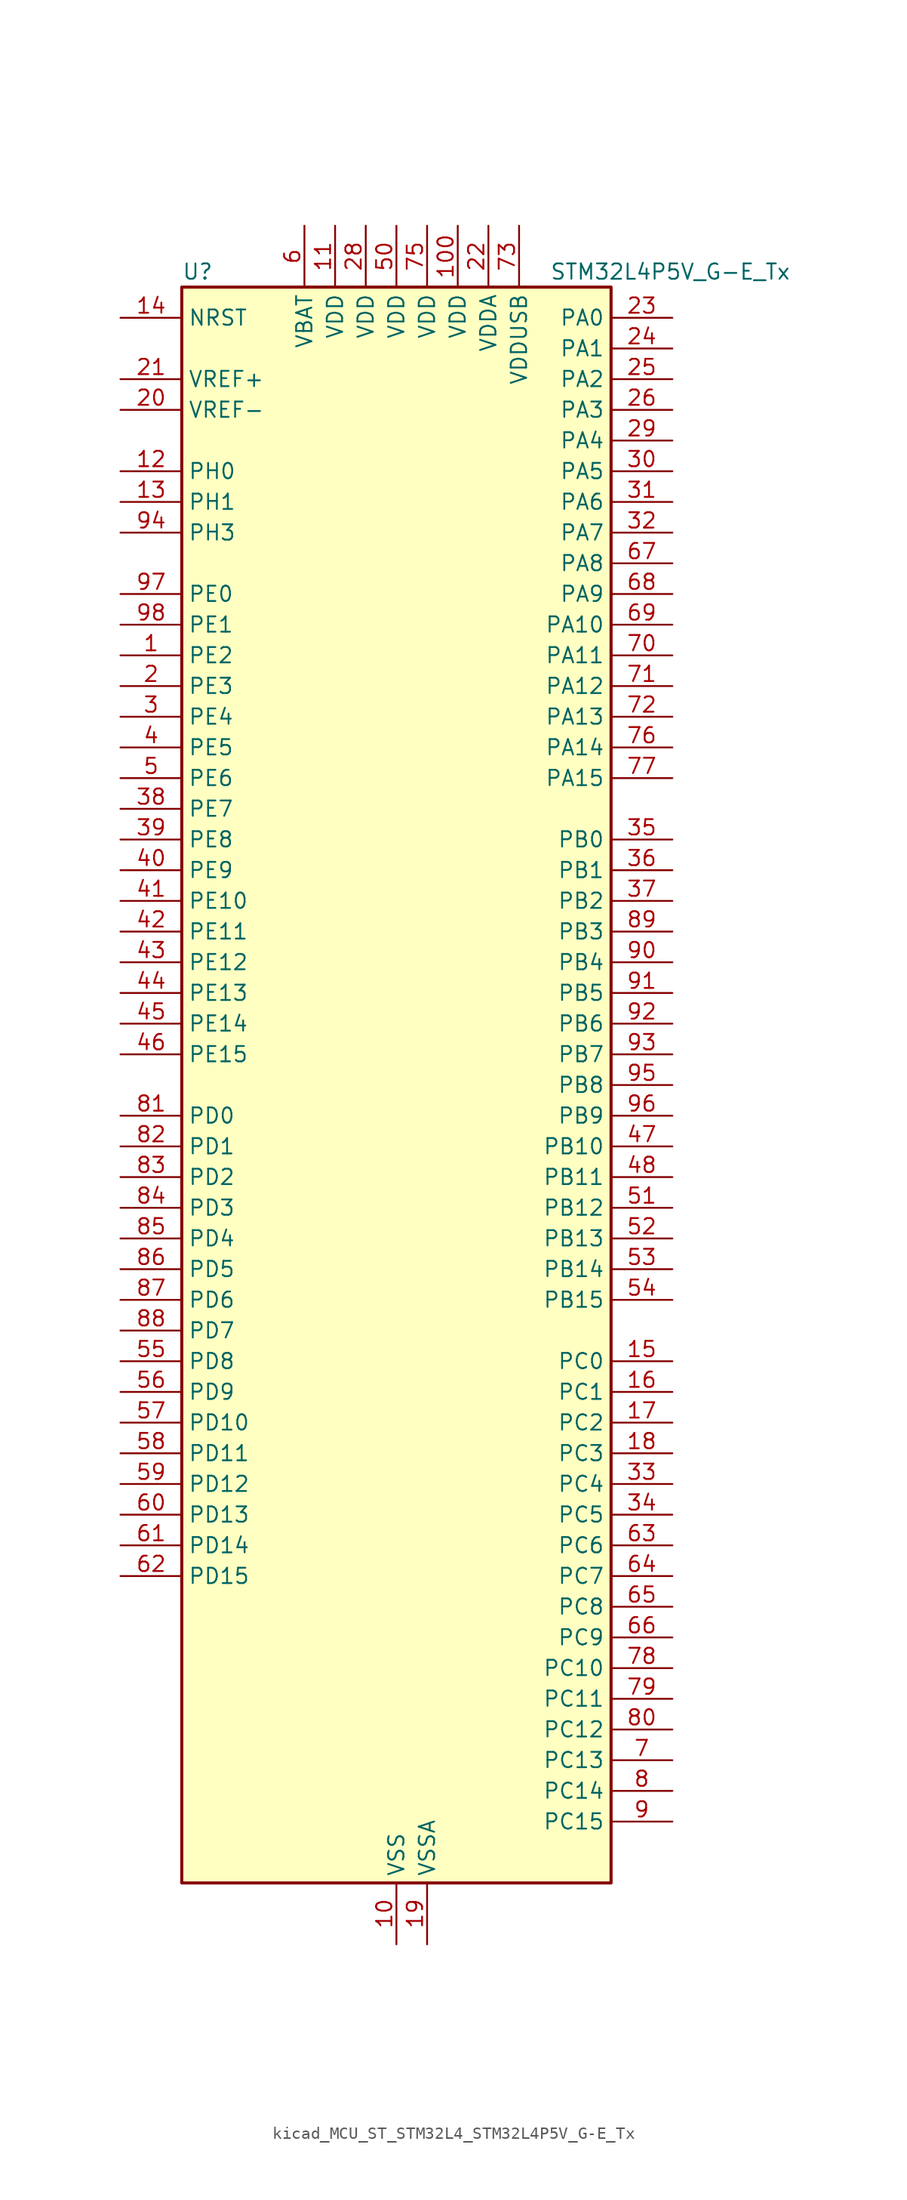
<source format=kicad_sym>
(kicad_symbol_lib
  (version 20220914)
  (generator kicad_symbol_editor)
  (symbol "kicad_MCU_ST_STM32L4_STM32L4P5V_G-E_Tx"
    (property "Reference" "U"
      (at -17.78 67.31 0)
      (effects (font (size 1.27 1.27)) (justify left)))
    (property "Value" "STM32L4P5V_G-E_Tx"
      (at 12.7 67.31 0)
      (effects (font (size 1.27 1.27)) (justify left)))
    (property "ki_locked" ""
      (at 0 0 0)
      (effects (font (size 1.27 1.27))))
    (symbol "kicad_MCU_ST_STM32L4_STM32L4P5V_G-E_Tx_0_1"
      (rectangle (start -17.78 -66.04) (end 17.78 66.04) (stroke (width 0.254) (type default)) (fill (type background))))
    (symbol "kicad_MCU_ST_STM32L4_STM32L4P5V_G-E_Tx_1_1"
      (pin bidirectional line (at -22.86 35.56 0) (length 5.08) (name "PE2" (effects (font (size 1.27 1.27)))) (number "1" (effects (font (size 1.27 1.27)))) (alternate "FMC_A23" bidirectional line) (alternate "LTDC_R7" bidirectional line) (alternate "SAI1_CK1" bidirectional line) (alternate "SAI1_MCLK_A" bidirectional line) (alternate "SYS_TRACECLK" bidirectional line) (alternate "TIM3_ETR" bidirectional line) (alternate "TSC_G7_IO1" bidirectional line))
      (pin power_in line (at 0 -71.12 90) (length 5.08) (name "VSS" (effects (font (size 1.27 1.27)))) (number "10" (effects (font (size 1.27 1.27)))))
      (pin power_in line (at 5.08 71.12 270) (length 5.08) (name "VDD" (effects (font (size 1.27 1.27)))) (number "100" (effects (font (size 1.27 1.27)))))
      (pin power_in line (at -5.08 71.12 270) (length 5.08) (name "VDD" (effects (font (size 1.27 1.27)))) (number "11" (effects (font (size 1.27 1.27)))))
      (pin bidirectional line (at -22.86 50.8 0) (length 5.08) (name "PH0" (effects (font (size 1.27 1.27)))) (number "12" (effects (font (size 1.27 1.27)))) (alternate "RCC_OSC_IN" bidirectional line))
      (pin bidirectional line (at -22.86 48.26 0) (length 5.08) (name "PH1" (effects (font (size 1.27 1.27)))) (number "13" (effects (font (size 1.27 1.27)))) (alternate "RCC_OSC_OUT" bidirectional line))
      (pin input line (at -22.86 63.5 0) (length 5.08) (name "NRST" (effects (font (size 1.27 1.27)))) (number "14" (effects (font (size 1.27 1.27)))))
      (pin bidirectional line (at 22.86 -22.86 180) (length 5.08) (name "PC0" (effects (font (size 1.27 1.27)))) (number "15" (effects (font (size 1.27 1.27)))) (alternate "ADC1_IN1" bidirectional line) (alternate "ADC2_IN1" bidirectional line) (alternate "I2C3_SCL" bidirectional line) (alternate "LPTIM1_IN1" bidirectional line) (alternate "LPTIM2_IN1" bidirectional line) (alternate "LPUART1_RX" bidirectional line) (alternate "LTDC_DE" bidirectional line) (alternate "SAI2_FS_A" bidirectional line) (alternate "SDMMC1_CMD" bidirectional line) (alternate "SDMMC2_CKIN" bidirectional line))
      (pin bidirectional line (at 22.86 -25.4 180) (length 5.08) (name "PC1" (effects (font (size 1.27 1.27)))) (number "16" (effects (font (size 1.27 1.27)))) (alternate "ADC1_IN2" bidirectional line) (alternate "ADC2_IN2" bidirectional line) (alternate "I2C3_SDA" bidirectional line) (alternate "LPTIM1_OUT" bidirectional line) (alternate "LPUART1_TX" bidirectional line) (alternate "OCTOSPIM_P1_IO4" bidirectional line) (alternate "SAI1_SD_A" bidirectional line) (alternate "SPI2_MOSI" bidirectional line) (alternate "SYS_TRACED0" bidirectional line))
      (pin bidirectional line (at 22.86 -27.94 180) (length 5.08) (name "PC2" (effects (font (size 1.27 1.27)))) (number "17" (effects (font (size 1.27 1.27)))) (alternate "ADC1_IN3" bidirectional line) (alternate "ADC2_IN3" bidirectional line) (alternate "DFSDM1_CKOUT" bidirectional line) (alternate "LPTIM1_IN2" bidirectional line) (alternate "LTDC_HSYNC" bidirectional line) (alternate "OCTOSPIM_P1_IO5" bidirectional line) (alternate "SPI2_MISO" bidirectional line))
      (pin bidirectional line (at 22.86 -30.48 180) (length 5.08) (name "PC3" (effects (font (size 1.27 1.27)))) (number "18" (effects (font (size 1.27 1.27)))) (alternate "ADC1_IN4" bidirectional line) (alternate "ADC2_IN4" bidirectional line) (alternate "LPTIM1_ETR" bidirectional line) (alternate "LPTIM2_ETR" bidirectional line) (alternate "OCTOSPIM_P1_IO6" bidirectional line) (alternate "SAI1_D1" bidirectional line) (alternate "SAI1_SD_A" bidirectional line) (alternate "SPI2_MOSI" bidirectional line))
      (pin power_in line (at 2.54 -71.12 90) (length 5.08) (name "VSSA" (effects (font (size 1.27 1.27)))) (number "19" (effects (font (size 1.27 1.27)))))
      (pin bidirectional line (at -22.86 33.02 0) (length 5.08) (name "PE3" (effects (font (size 1.27 1.27)))) (number "2" (effects (font (size 1.27 1.27)))) (alternate "FMC_A19" bidirectional line) (alternate "LTDC_R6" bidirectional line) (alternate "OCTOSPIM_P1_DQS" bidirectional line) (alternate "SAI1_SD_B" bidirectional line) (alternate "SYS_TRACED0" bidirectional line) (alternate "TIM3_CH1" bidirectional line) (alternate "TSC_G7_IO2" bidirectional line))
      (pin input line (at -22.86 55.88 0) (length 5.08) (name "VREF-" (effects (font (size 1.27 1.27)))) (number "20" (effects (font (size 1.27 1.27)))))
      (pin input line (at -22.86 58.42 0) (length 5.08) (name "VREF+" (effects (font (size 1.27 1.27)))) (number "21" (effects (font (size 1.27 1.27)))) (alternate "VREFBUF_OUT" bidirectional line))
      (pin power_in line (at 7.62 71.12 270) (length 5.08) (name "VDDA" (effects (font (size 1.27 1.27)))) (number "22" (effects (font (size 1.27 1.27)))))
      (pin bidirectional line (at 22.86 63.5 180) (length 5.08) (name "PA0" (effects (font (size 1.27 1.27)))) (number "23" (effects (font (size 1.27 1.27)))) (alternate "ADC1_IN5" bidirectional line) (alternate "ADC2_IN5" bidirectional line) (alternate "OPAMP1_VINP" bidirectional line) (alternate "RTC_TAMP2" bidirectional line) (alternate "SAI1_EXTCLK" bidirectional line) (alternate "SYS_WKUP1" bidirectional line) (alternate "TIM2_CH1" bidirectional line) (alternate "TIM2_ETR" bidirectional line) (alternate "TIM5_CH1" bidirectional line) (alternate "TIM8_ETR" bidirectional line) (alternate "UART4_TX" bidirectional line) (alternate "USART2_CTS" bidirectional line) (alternate "USART2_NSS" bidirectional line))
      (pin bidirectional line (at 22.86 60.96 180) (length 5.08) (name "PA1" (effects (font (size 1.27 1.27)))) (number "24" (effects (font (size 1.27 1.27)))) (alternate "ADC1_IN6" bidirectional line) (alternate "ADC2_IN6" bidirectional line) (alternate "I2C1_SMBA" bidirectional line) (alternate "OCTOSPIM_P1_DQS" bidirectional line) (alternate "OPAMP1_VINM" bidirectional line) (alternate "SDMMC2_CMD" bidirectional line) (alternate "SPI1_SCK" bidirectional line) (alternate "TIM15_CH1N" bidirectional line) (alternate "TIM2_CH2" bidirectional line) (alternate "TIM5_CH2" bidirectional line) (alternate "UART4_RX" bidirectional line) (alternate "USART2_DE" bidirectional line) (alternate "USART2_RTS" bidirectional line))
      (pin bidirectional line (at 22.86 58.42 180) (length 5.08) (name "PA2" (effects (font (size 1.27 1.27)))) (number "25" (effects (font (size 1.27 1.27)))) (alternate "ADC1_IN7" bidirectional line) (alternate "ADC2_IN7" bidirectional line) (alternate "LPUART1_TX" bidirectional line) (alternate "OCTOSPIM_P1_NCS" bidirectional line) (alternate "RCC_LSCO" bidirectional line) (alternate "SAI2_EXTCLK" bidirectional line) (alternate "SYS_WKUP4" bidirectional line) (alternate "TIM15_CH1" bidirectional line) (alternate "TIM2_CH3" bidirectional line) (alternate "TIM5_CH3" bidirectional line) (alternate "USART2_TX" bidirectional line))
      (pin bidirectional line (at 22.86 55.88 180) (length 5.08) (name "PA3" (effects (font (size 1.27 1.27)))) (number "26" (effects (font (size 1.27 1.27)))) (alternate "ADC1_IN8" bidirectional line) (alternate "ADC2_IN8" bidirectional line) (alternate "LPUART1_RX" bidirectional line) (alternate "OCTOSPIM_P1_CLK" bidirectional line) (alternate "OPAMP1_VOUT" bidirectional line) (alternate "SAI1_CK1" bidirectional line) (alternate "SAI1_MCLK_A" bidirectional line) (alternate "TIM15_CH2" bidirectional line) (alternate "TIM2_CH4" bidirectional line) (alternate "TIM5_CH4" bidirectional line) (alternate "USART2_RX" bidirectional line))
      (pin passive line (at 0 -71.12 90) (length 5.08) hide (name "VSS" (effects (font (size 1.27 1.27)))) (number "27" (effects (font (size 1.27 1.27)))))
      (pin power_in line (at -2.54 71.12 270) (length 5.08) (name "VDD" (effects (font (size 1.27 1.27)))) (number "28" (effects (font (size 1.27 1.27)))))
      (pin bidirectional line (at 22.86 53.34 180) (length 5.08) (name "PA4" (effects (font (size 1.27 1.27)))) (number "29" (effects (font (size 1.27 1.27)))) (alternate "ADC1_IN9" bidirectional line) (alternate "ADC2_IN9" bidirectional line) (alternate "DAC1_OUT1" bidirectional line) (alternate "DCMI_HSYNC" bidirectional line) (alternate "LPTIM2_OUT" bidirectional line) (alternate "LTDC_CLK" bidirectional line) (alternate "OCTOSPIM_P1_NCS" bidirectional line) (alternate "PSSI_DE" bidirectional line) (alternate "SAI1_FS_B" bidirectional line) (alternate "SPI1_NSS" bidirectional line) (alternate "SPI3_NSS" bidirectional line) (alternate "USART2_CK" bidirectional line))
      (pin bidirectional line (at -22.86 30.48 0) (length 5.08) (name "PE4" (effects (font (size 1.27 1.27)))) (number "3" (effects (font (size 1.27 1.27)))) (alternate "DCMI_D4" bidirectional line) (alternate "DFSDM1_DATIN3" bidirectional line) (alternate "FMC_A20" bidirectional line) (alternate "LTDC_B7" bidirectional line) (alternate "PSSI_D4" bidirectional line) (alternate "SAI1_D2" bidirectional line) (alternate "SAI1_FS_A" bidirectional line) (alternate "SYS_TRACED1" bidirectional line) (alternate "TIM3_CH2" bidirectional line) (alternate "TSC_G7_IO3" bidirectional line))
      (pin bidirectional line (at 22.86 50.8 180) (length 5.08) (name "PA5" (effects (font (size 1.27 1.27)))) (number "30" (effects (font (size 1.27 1.27)))) (alternate "ADC1_IN10" bidirectional line) (alternate "ADC2_IN10" bidirectional line) (alternate "DAC1_OUT2" bidirectional line) (alternate "LPTIM2_ETR" bidirectional line) (alternate "LTDC_R7" bidirectional line) (alternate "PSSI_D14" bidirectional line) (alternate "SPI1_SCK" bidirectional line) (alternate "TIM2_CH1" bidirectional line) (alternate "TIM2_ETR" bidirectional line) (alternate "TIM8_CH1N" bidirectional line))
      (pin bidirectional line (at 22.86 48.26 180) (length 5.08) (name "PA6" (effects (font (size 1.27 1.27)))) (number "31" (effects (font (size 1.27 1.27)))) (alternate "ADC1_IN11" bidirectional line) (alternate "ADC2_IN11" bidirectional line) (alternate "DCMI_PIXCLK" bidirectional line) (alternate "LPUART1_CTS" bidirectional line) (alternate "OCTOSPIM_P1_IO3" bidirectional line) (alternate "OPAMP2_VINP" bidirectional line) (alternate "PSSI_PDCK" bidirectional line) (alternate "SPI1_MISO" bidirectional line) (alternate "TIM16_CH1" bidirectional line) (alternate "TIM1_BKIN" bidirectional line) (alternate "TIM3_CH1" bidirectional line) (alternate "TIM8_BKIN" bidirectional line) (alternate "USART3_CTS" bidirectional line) (alternate "USART3_NSS" bidirectional line))
      (pin bidirectional line (at 22.86 45.72 180) (length 5.08) (name "PA7" (effects (font (size 1.27 1.27)))) (number "32" (effects (font (size 1.27 1.27)))) (alternate "ADC1_IN12" bidirectional line) (alternate "ADC2_IN12" bidirectional line) (alternate "I2C3_SCL" bidirectional line) (alternate "OCTOSPIM_P1_IO2" bidirectional line) (alternate "OPAMP2_VINM" bidirectional line) (alternate "SPI1_MOSI" bidirectional line) (alternate "TIM17_CH1" bidirectional line) (alternate "TIM1_CH1N" bidirectional line) (alternate "TIM3_CH2" bidirectional line) (alternate "TIM8_CH1N" bidirectional line))
      (pin bidirectional line (at 22.86 -33.02 180) (length 5.08) (name "PC4" (effects (font (size 1.27 1.27)))) (number "33" (effects (font (size 1.27 1.27)))) (alternate "ADC1_IN13" bidirectional line) (alternate "ADC2_IN13" bidirectional line) (alternate "COMP1_INM" bidirectional line) (alternate "OCTOSPIM_P1_IO7" bidirectional line) (alternate "OCTOSPIM_P2_NCS" bidirectional line) (alternate "USART3_TX" bidirectional line))
      (pin bidirectional line (at 22.86 -35.56 180) (length 5.08) (name "PC5" (effects (font (size 1.27 1.27)))) (number "34" (effects (font (size 1.27 1.27)))) (alternate "ADC1_IN14" bidirectional line) (alternate "ADC2_IN14" bidirectional line) (alternate "COMP1_INP" bidirectional line) (alternate "LTDC_CLK" bidirectional line) (alternate "PSSI_D15" bidirectional line) (alternate "SAI1_D3" bidirectional line) (alternate "SYS_WKUP5" bidirectional line) (alternate "USART3_RX" bidirectional line))
      (pin bidirectional line (at 22.86 20.32 180) (length 5.08) (name "PB0" (effects (font (size 1.27 1.27)))) (number "35" (effects (font (size 1.27 1.27)))) (alternate "ADC1_IN15" bidirectional line) (alternate "ADC2_IN15" bidirectional line) (alternate "COMP1_OUT" bidirectional line) (alternate "LTDC_B6" bidirectional line) (alternate "OCTOSPIM_P1_IO1" bidirectional line) (alternate "OPAMP2_VOUT" bidirectional line) (alternate "SAI1_EXTCLK" bidirectional line) (alternate "SPI1_NSS" bidirectional line) (alternate "TIM1_CH2N" bidirectional line) (alternate "TIM3_CH3" bidirectional line) (alternate "TIM8_CH2N" bidirectional line) (alternate "USART3_CK" bidirectional line))
      (pin bidirectional line (at 22.86 17.78 180) (length 5.08) (name "PB1" (effects (font (size 1.27 1.27)))) (number "36" (effects (font (size 1.27 1.27)))) (alternate "ADC1_IN16" bidirectional line) (alternate "ADC2_IN16" bidirectional line) (alternate "COMP1_INM" bidirectional line) (alternate "DFSDM1_DATIN0" bidirectional line) (alternate "LPTIM2_IN1" bidirectional line) (alternate "LPUART1_DE" bidirectional line) (alternate "LPUART1_RTS" bidirectional line) (alternate "LTDC_G6" bidirectional line) (alternate "OCTOSPIM_P1_IO0" bidirectional line) (alternate "TIM1_CH3N" bidirectional line) (alternate "TIM3_CH4" bidirectional line) (alternate "TIM8_CH3N" bidirectional line) (alternate "USART3_DE" bidirectional line) (alternate "USART3_RTS" bidirectional line))
      (pin bidirectional line (at 22.86 15.24 180) (length 5.08) (name "PB2" (effects (font (size 1.27 1.27)))) (number "37" (effects (font (size 1.27 1.27)))) (alternate "COMP1_INP" bidirectional line) (alternate "DFSDM1_CKIN0" bidirectional line) (alternate "I2C3_SMBA" bidirectional line) (alternate "LPTIM1_OUT" bidirectional line) (alternate "OCTOSPIM_P1_DQS" bidirectional line) (alternate "RTC_OUT2" bidirectional line))
      (pin bidirectional line (at -22.86 22.86 0) (length 5.08) (name "PE7" (effects (font (size 1.27 1.27)))) (number "38" (effects (font (size 1.27 1.27)))) (alternate "DFSDM1_DATIN2" bidirectional line) (alternate "FMC_D4" bidirectional line) (alternate "FMC_DA4" bidirectional line) (alternate "LTDC_B6" bidirectional line) (alternate "SAI1_SD_B" bidirectional line) (alternate "TIM1_ETR" bidirectional line))
      (pin bidirectional line (at -22.86 20.32 0) (length 5.08) (name "PE8" (effects (font (size 1.27 1.27)))) (number "39" (effects (font (size 1.27 1.27)))) (alternate "DFSDM1_CKIN2" bidirectional line) (alternate "FMC_D5" bidirectional line) (alternate "FMC_DA5" bidirectional line) (alternate "LTDC_B7" bidirectional line) (alternate "SAI1_SCK_B" bidirectional line) (alternate "TIM1_CH1N" bidirectional line))
      (pin bidirectional line (at -22.86 27.94 0) (length 5.08) (name "PE5" (effects (font (size 1.27 1.27)))) (number "4" (effects (font (size 1.27 1.27)))) (alternate "DCMI_D6" bidirectional line) (alternate "DFSDM1_CKIN3" bidirectional line) (alternate "FMC_A21" bidirectional line) (alternate "LTDC_G7" bidirectional line) (alternate "PSSI_D6" bidirectional line) (alternate "SAI1_CK2" bidirectional line) (alternate "SAI1_SCK_A" bidirectional line) (alternate "SYS_TRACED2" bidirectional line) (alternate "TIM3_CH3" bidirectional line) (alternate "TSC_G7_IO4" bidirectional line))
      (pin bidirectional line (at -22.86 17.78 0) (length 5.08) (name "PE9" (effects (font (size 1.27 1.27)))) (number "40" (effects (font (size 1.27 1.27)))) (alternate "DAC1_EXTI9" bidirectional line) (alternate "DFSDM1_CKOUT" bidirectional line) (alternate "FMC_D6" bidirectional line) (alternate "FMC_DA6" bidirectional line) (alternate "LTDC_G2" bidirectional line) (alternate "OCTOSPIM_P1_NCLK" bidirectional line) (alternate "SAI1_FS_B" bidirectional line) (alternate "TIM1_CH1" bidirectional line))
      (pin bidirectional line (at -22.86 15.24 0) (length 5.08) (name "PE10" (effects (font (size 1.27 1.27)))) (number "41" (effects (font (size 1.27 1.27)))) (alternate "FMC_D7" bidirectional line) (alternate "FMC_DA7" bidirectional line) (alternate "LTDC_G3" bidirectional line) (alternate "OCTOSPIM_P1_CLK" bidirectional line) (alternate "SAI1_MCLK_B" bidirectional line) (alternate "TIM1_CH2N" bidirectional line) (alternate "TSC_G5_IO1" bidirectional line))
      (pin bidirectional line (at -22.86 12.7 0) (length 5.08) (name "PE11" (effects (font (size 1.27 1.27)))) (number "42" (effects (font (size 1.27 1.27)))) (alternate "ADC1_EXTI11" bidirectional line) (alternate "ADC2_EXTI11" bidirectional line) (alternate "FMC_D8" bidirectional line) (alternate "FMC_DA8" bidirectional line) (alternate "LTDC_G4" bidirectional line) (alternate "OCTOSPIM_P1_NCS" bidirectional line) (alternate "TIM1_CH2" bidirectional line) (alternate "TSC_G5_IO2" bidirectional line))
      (pin bidirectional line (at -22.86 10.16 0) (length 5.08) (name "PE12" (effects (font (size 1.27 1.27)))) (number "43" (effects (font (size 1.27 1.27)))) (alternate "FMC_D9" bidirectional line) (alternate "FMC_DA9" bidirectional line) (alternate "LTDC_G5" bidirectional line) (alternate "OCTOSPIM_P1_IO0" bidirectional line) (alternate "SPI1_NSS" bidirectional line) (alternate "TIM1_CH3N" bidirectional line) (alternate "TSC_G5_IO3" bidirectional line))
      (pin bidirectional line (at -22.86 7.62 0) (length 5.08) (name "PE13" (effects (font (size 1.27 1.27)))) (number "44" (effects (font (size 1.27 1.27)))) (alternate "FMC_D10" bidirectional line) (alternate "FMC_DA10" bidirectional line) (alternate "LTDC_G6" bidirectional line) (alternate "OCTOSPIM_P1_IO1" bidirectional line) (alternate "SPI1_SCK" bidirectional line) (alternate "TIM1_CH3" bidirectional line) (alternate "TSC_G5_IO4" bidirectional line))
      (pin bidirectional line (at -22.86 5.08 0) (length 5.08) (name "PE14" (effects (font (size 1.27 1.27)))) (number "45" (effects (font (size 1.27 1.27)))) (alternate "FMC_D11" bidirectional line) (alternate "FMC_DA11" bidirectional line) (alternate "LTDC_G7" bidirectional line) (alternate "OCTOSPIM_P1_IO2" bidirectional line) (alternate "SPI1_MISO" bidirectional line) (alternate "TIM1_BKIN2" bidirectional line) (alternate "TIM1_CH4" bidirectional line))
      (pin bidirectional line (at -22.86 2.54 0) (length 5.08) (name "PE15" (effects (font (size 1.27 1.27)))) (number "46" (effects (font (size 1.27 1.27)))) (alternate "ADC1_EXTI15" bidirectional line) (alternate "ADC2_EXTI15" bidirectional line) (alternate "FMC_D12" bidirectional line) (alternate "FMC_DA12" bidirectional line) (alternate "LTDC_R2" bidirectional line) (alternate "OCTOSPIM_P1_IO3" bidirectional line) (alternate "SPI1_MOSI" bidirectional line) (alternate "TIM1_BKIN" bidirectional line))
      (pin bidirectional line (at 22.86 -5.08 180) (length 5.08) (name "PB10" (effects (font (size 1.27 1.27)))) (number "47" (effects (font (size 1.27 1.27)))) (alternate "COMP1_OUT" bidirectional line) (alternate "I2C2_SCL" bidirectional line) (alternate "I2C4_SCL" bidirectional line) (alternate "LPUART1_RX" bidirectional line) (alternate "OCTOSPIM_P1_CLK" bidirectional line) (alternate "OCTOSPIM_P1_IO3" bidirectional line) (alternate "SAI1_SCK_A" bidirectional line) (alternate "SPI2_SCK" bidirectional line) (alternate "TIM2_CH3" bidirectional line) (alternate "TSC_SYNC" bidirectional line) (alternate "USART3_TX" bidirectional line))
      (pin bidirectional line (at 22.86 -7.62 180) (length 5.08) (name "PB11" (effects (font (size 1.27 1.27)))) (number "48" (effects (font (size 1.27 1.27)))) (alternate "ADC1_EXTI11" bidirectional line) (alternate "ADC2_EXTI11" bidirectional line) (alternate "COMP2_OUT" bidirectional line) (alternate "I2C2_SDA" bidirectional line) (alternate "I2C4_SDA" bidirectional line) (alternate "LPUART1_TX" bidirectional line) (alternate "LTDC_VSYNC" bidirectional line) (alternate "OCTOSPIM_P1_NCS" bidirectional line) (alternate "TIM2_CH4" bidirectional line) (alternate "USART3_RX" bidirectional line))
      (pin passive line (at 0 -71.12 90) (length 5.08) hide (name "VSS" (effects (font (size 1.27 1.27)))) (number "49" (effects (font (size 1.27 1.27)))))
      (pin bidirectional line (at -22.86 25.4 0) (length 5.08) (name "PE6" (effects (font (size 1.27 1.27)))) (number "5" (effects (font (size 1.27 1.27)))) (alternate "DCMI_D7" bidirectional line) (alternate "FMC_A22" bidirectional line) (alternate "LTDC_G6" bidirectional line) (alternate "PSSI_D7" bidirectional line) (alternate "RTC_TAMP3" bidirectional line) (alternate "SAI1_D1" bidirectional line) (alternate "SAI1_SD_A" bidirectional line) (alternate "SYS_TRACED3" bidirectional line) (alternate "SYS_WKUP3" bidirectional line) (alternate "TIM3_CH4" bidirectional line))
      (pin power_in line (at 0 71.12 270) (length 5.08) (name "VDD" (effects (font (size 1.27 1.27)))) (number "50" (effects (font (size 1.27 1.27)))))
      (pin bidirectional line (at 22.86 -10.16 180) (length 5.08) (name "PB12" (effects (font (size 1.27 1.27)))) (number "51" (effects (font (size 1.27 1.27)))) (alternate "DFSDM1_DATIN1" bidirectional line) (alternate "I2C2_SMBA" bidirectional line) (alternate "LPUART1_DE" bidirectional line) (alternate "LPUART1_RTS" bidirectional line) (alternate "OCTOSPIM_P1_NCLK" bidirectional line) (alternate "SAI2_FS_A" bidirectional line) (alternate "SDMMC2_CK" bidirectional line) (alternate "SPI2_NSS" bidirectional line) (alternate "TIM15_BKIN" bidirectional line) (alternate "TIM1_BKIN" bidirectional line) (alternate "TSC_G1_IO1" bidirectional line) (alternate "USART3_CK" bidirectional line))
      (pin bidirectional line (at 22.86 -12.7 180) (length 5.08) (name "PB13" (effects (font (size 1.27 1.27)))) (number "52" (effects (font (size 1.27 1.27)))) (alternate "DFSDM1_CKIN1" bidirectional line) (alternate "I2C2_SCL" bidirectional line) (alternate "LPUART1_CTS" bidirectional line) (alternate "OCTOSPIM_P1_IO1" bidirectional line) (alternate "SAI2_SCK_A" bidirectional line) (alternate "SPI2_SCK" bidirectional line) (alternate "TIM15_CH1N" bidirectional line) (alternate "TIM1_CH1N" bidirectional line) (alternate "TSC_G1_IO2" bidirectional line) (alternate "USART3_CTS" bidirectional line) (alternate "USART3_NSS" bidirectional line))
      (pin bidirectional line (at 22.86 -15.24 180) (length 5.08) (name "PB14" (effects (font (size 1.27 1.27)))) (number "53" (effects (font (size 1.27 1.27)))) (alternate "DFSDM1_DATIN2" bidirectional line) (alternate "I2C2_SDA" bidirectional line) (alternate "OCTOSPIM_P1_IO6" bidirectional line) (alternate "SAI2_MCLK_A" bidirectional line) (alternate "SDMMC2_D0" bidirectional line) (alternate "SPI2_MISO" bidirectional line) (alternate "TIM15_CH1" bidirectional line) (alternate "TIM1_CH2N" bidirectional line) (alternate "TIM8_CH2N" bidirectional line) (alternate "TSC_G1_IO3" bidirectional line) (alternate "USART3_DE" bidirectional line) (alternate "USART3_RTS" bidirectional line))
      (pin bidirectional line (at 22.86 -17.78 180) (length 5.08) (name "PB15" (effects (font (size 1.27 1.27)))) (number "54" (effects (font (size 1.27 1.27)))) (alternate "ADC1_EXTI15" bidirectional line) (alternate "ADC2_EXTI15" bidirectional line) (alternate "DFSDM1_CKIN2" bidirectional line) (alternate "OCTOSPIM_P1_IO7" bidirectional line) (alternate "RTC_REFIN" bidirectional line) (alternate "SAI2_SD_A" bidirectional line) (alternate "SDMMC2_D1" bidirectional line) (alternate "SPI2_MOSI" bidirectional line) (alternate "TIM15_CH2" bidirectional line) (alternate "TIM1_CH3N" bidirectional line) (alternate "TIM8_CH3N" bidirectional line) (alternate "TSC_G1_IO4" bidirectional line))
      (pin bidirectional line (at -22.86 -22.86 0) (length 5.08) (name "PD8" (effects (font (size 1.27 1.27)))) (number "55" (effects (font (size 1.27 1.27)))) (alternate "DCMI_HSYNC" bidirectional line) (alternate "FMC_D13" bidirectional line) (alternate "FMC_DA13" bidirectional line) (alternate "LTDC_R3" bidirectional line) (alternate "PSSI_DE" bidirectional line) (alternate "USART3_TX" bidirectional line))
      (pin bidirectional line (at -22.86 -25.4 0) (length 5.08) (name "PD9" (effects (font (size 1.27 1.27)))) (number "56" (effects (font (size 1.27 1.27)))) (alternate "DAC1_EXTI9" bidirectional line) (alternate "DCMI_PIXCLK" bidirectional line) (alternate "FMC_D14" bidirectional line) (alternate "FMC_DA14" bidirectional line) (alternate "LTDC_R4" bidirectional line) (alternate "PSSI_PDCK" bidirectional line) (alternate "SAI2_MCLK_A" bidirectional line) (alternate "USART3_RX" bidirectional line))
      (pin bidirectional line (at -22.86 -27.94 0) (length 5.08) (name "PD10" (effects (font (size 1.27 1.27)))) (number "57" (effects (font (size 1.27 1.27)))) (alternate "FMC_D15" bidirectional line) (alternate "FMC_DA15" bidirectional line) (alternate "LTDC_R5" bidirectional line) (alternate "SAI2_SCK_A" bidirectional line) (alternate "TSC_G6_IO1" bidirectional line) (alternate "USART3_CK" bidirectional line))
      (pin bidirectional line (at -22.86 -30.48 0) (length 5.08) (name "PD11" (effects (font (size 1.27 1.27)))) (number "58" (effects (font (size 1.27 1.27)))) (alternate "ADC1_EXTI11" bidirectional line) (alternate "ADC2_EXTI11" bidirectional line) (alternate "FMC_A16" bidirectional line) (alternate "FMC_CLE" bidirectional line) (alternate "I2C4_SMBA" bidirectional line) (alternate "LPTIM2_ETR" bidirectional line) (alternate "LTDC_R6" bidirectional line) (alternate "SAI2_SD_A" bidirectional line) (alternate "TSC_G6_IO2" bidirectional line) (alternate "USART3_CTS" bidirectional line) (alternate "USART3_NSS" bidirectional line))
      (pin bidirectional line (at -22.86 -33.02 0) (length 5.08) (name "PD12" (effects (font (size 1.27 1.27)))) (number "59" (effects (font (size 1.27 1.27)))) (alternate "FMC_A17" bidirectional line) (alternate "FMC_ALE" bidirectional line) (alternate "I2C4_SCL" bidirectional line) (alternate "LPTIM2_IN1" bidirectional line) (alternate "LTDC_R7" bidirectional line) (alternate "SAI2_FS_A" bidirectional line) (alternate "TIM4_CH1" bidirectional line) (alternate "TSC_G6_IO3" bidirectional line) (alternate "USART3_DE" bidirectional line) (alternate "USART3_RTS" bidirectional line))
      (pin power_in line (at -7.62 71.12 270) (length 5.08) (name "VBAT" (effects (font (size 1.27 1.27)))) (number "6" (effects (font (size 1.27 1.27)))))
      (pin bidirectional line (at -22.86 -35.56 0) (length 5.08) (name "PD13" (effects (font (size 1.27 1.27)))) (number "60" (effects (font (size 1.27 1.27)))) (alternate "FMC_A18" bidirectional line) (alternate "I2C4_SDA" bidirectional line) (alternate "LPTIM2_OUT" bidirectional line) (alternate "TIM4_CH2" bidirectional line) (alternate "TSC_G6_IO4" bidirectional line))
      (pin bidirectional line (at -22.86 -38.1 0) (length 5.08) (name "PD14" (effects (font (size 1.27 1.27)))) (number "61" (effects (font (size 1.27 1.27)))) (alternate "FMC_D0" bidirectional line) (alternate "FMC_DA0" bidirectional line) (alternate "LTDC_B2" bidirectional line) (alternate "TIM4_CH3" bidirectional line))
      (pin bidirectional line (at -22.86 -40.64 0) (length 5.08) (name "PD15" (effects (font (size 1.27 1.27)))) (number "62" (effects (font (size 1.27 1.27)))) (alternate "ADC1_EXTI15" bidirectional line) (alternate "ADC2_EXTI15" bidirectional line) (alternate "FMC_D1" bidirectional line) (alternate "FMC_DA1" bidirectional line) (alternate "LTDC_B3" bidirectional line) (alternate "TIM4_CH4" bidirectional line))
      (pin bidirectional line (at 22.86 -38.1 180) (length 5.08) (name "PC6" (effects (font (size 1.27 1.27)))) (number "63" (effects (font (size 1.27 1.27)))) (alternate "DCMI_D0" bidirectional line) (alternate "DFSDM1_CKIN3" bidirectional line) (alternate "LTDC_G7" bidirectional line) (alternate "PSSI_D0" bidirectional line) (alternate "SAI2_MCLK_A" bidirectional line) (alternate "SDMMC1_D0DIR" bidirectional line) (alternate "SDMMC1_D6" bidirectional line) (alternate "SDMMC2_D6" bidirectional line) (alternate "TIM3_CH1" bidirectional line) (alternate "TIM8_CH1" bidirectional line) (alternate "TSC_G4_IO1" bidirectional line))
      (pin bidirectional line (at 22.86 -40.64 180) (length 5.08) (name "PC7" (effects (font (size 1.27 1.27)))) (number "64" (effects (font (size 1.27 1.27)))) (alternate "DCMI_D1" bidirectional line) (alternate "DFSDM1_DATIN3" bidirectional line) (alternate "LTDC_B6" bidirectional line) (alternate "PSSI_D1" bidirectional line) (alternate "SAI2_MCLK_B" bidirectional line) (alternate "SDMMC1_D123DIR" bidirectional line) (alternate "SDMMC1_D7" bidirectional line) (alternate "SDMMC2_D7" bidirectional line) (alternate "TIM3_CH2" bidirectional line) (alternate "TIM8_CH2" bidirectional line) (alternate "TSC_G4_IO2" bidirectional line))
      (pin bidirectional line (at 22.86 -43.18 180) (length 5.08) (name "PC8" (effects (font (size 1.27 1.27)))) (number "65" (effects (font (size 1.27 1.27)))) (alternate "DCMI_D2" bidirectional line) (alternate "PSSI_D2" bidirectional line) (alternate "SDMMC1_D0" bidirectional line) (alternate "TIM3_CH3" bidirectional line) (alternate "TIM8_CH3" bidirectional line) (alternate "TSC_G4_IO3" bidirectional line))
      (pin bidirectional line (at 22.86 -45.72 180) (length 5.08) (name "PC9" (effects (font (size 1.27 1.27)))) (number "66" (effects (font (size 1.27 1.27)))) (alternate "DAC1_EXTI9" bidirectional line) (alternate "DCMI_D3" bidirectional line) (alternate "I2C3_SDA" bidirectional line) (alternate "PSSI_D3" bidirectional line) (alternate "SAI2_EXTCLK" bidirectional line) (alternate "SDMMC1_D1" bidirectional line) (alternate "SYS_TRACED0" bidirectional line) (alternate "TIM3_CH4" bidirectional line) (alternate "TIM8_BKIN2" bidirectional line) (alternate "TIM8_CH4" bidirectional line) (alternate "TSC_G4_IO4" bidirectional line) (alternate "USB_OTG_FS_NOE" bidirectional line))
      (pin bidirectional line (at 22.86 43.18 180) (length 5.08) (name "PA8" (effects (font (size 1.27 1.27)))) (number "67" (effects (font (size 1.27 1.27)))) (alternate "LPTIM2_OUT" bidirectional line) (alternate "LTDC_B7" bidirectional line) (alternate "RCC_MCO" bidirectional line) (alternate "SAI1_CK2" bidirectional line) (alternate "SAI1_SCK_A" bidirectional line) (alternate "TIM1_CH1" bidirectional line) (alternate "USART1_CK" bidirectional line) (alternate "USB_OTG_FS_SOF" bidirectional line))
      (pin bidirectional line (at 22.86 40.64 180) (length 5.08) (name "PA9" (effects (font (size 1.27 1.27)))) (number "68" (effects (font (size 1.27 1.27)))) (alternate "DAC1_EXTI9" bidirectional line) (alternate "DCMI_D0" bidirectional line) (alternate "LTDC_G7" bidirectional line) (alternate "PSSI_D0" bidirectional line) (alternate "SAI1_FS_A" bidirectional line) (alternate "SPI2_SCK" bidirectional line) (alternate "TIM15_BKIN" bidirectional line) (alternate "TIM1_CH2" bidirectional line) (alternate "USART1_TX" bidirectional line) (alternate "USB_OTG_FS_VBUS" bidirectional line))
      (pin bidirectional line (at 22.86 38.1 180) (length 5.08) (name "PA10" (effects (font (size 1.27 1.27)))) (number "69" (effects (font (size 1.27 1.27)))) (alternate "DCMI_D1" bidirectional line) (alternate "LTDC_G6" bidirectional line) (alternate "PSSI_D1" bidirectional line) (alternate "SAI1_D1" bidirectional line) (alternate "SAI1_SD_A" bidirectional line) (alternate "TIM17_BKIN" bidirectional line) (alternate "TIM1_CH3" bidirectional line) (alternate "USART1_RX" bidirectional line) (alternate "USB_OTG_FS_ID" bidirectional line))
      (pin bidirectional line (at 22.86 -55.88 180) (length 5.08) (name "PC13" (effects (font (size 1.27 1.27)))) (number "7" (effects (font (size 1.27 1.27)))) (alternate "RTC_OUT1" bidirectional line) (alternate "RTC_TAMP1" bidirectional line) (alternate "RTC_TS" bidirectional line) (alternate "SYS_WKUP2" bidirectional line))
      (pin bidirectional line (at 22.86 35.56 180) (length 5.08) (name "PA11" (effects (font (size 1.27 1.27)))) (number "70" (effects (font (size 1.27 1.27)))) (alternate "ADC1_EXTI11" bidirectional line) (alternate "ADC2_EXTI11" bidirectional line) (alternate "CAN1_RX" bidirectional line) (alternate "LTDC_DE" bidirectional line) (alternate "SPI1_MISO" bidirectional line) (alternate "TIM1_BKIN2" bidirectional line) (alternate "TIM1_CH4" bidirectional line) (alternate "USART1_CTS" bidirectional line) (alternate "USART1_NSS" bidirectional line) (alternate "USB_OTG_FS_DM" bidirectional line))
      (pin bidirectional line (at 22.86 33.02 180) (length 5.08) (name "PA12" (effects (font (size 1.27 1.27)))) (number "71" (effects (font (size 1.27 1.27)))) (alternate "CAN1_TX" bidirectional line) (alternate "LTDC_VSYNC" bidirectional line) (alternate "OCTOSPIM_P2_NCS" bidirectional line) (alternate "SPI1_MOSI" bidirectional line) (alternate "TIM1_ETR" bidirectional line) (alternate "USART1_DE" bidirectional line) (alternate "USART1_RTS" bidirectional line) (alternate "USB_OTG_FS_DP" bidirectional line))
      (pin bidirectional line (at 22.86 30.48 180) (length 5.08) (name "PA13" (effects (font (size 1.27 1.27)))) (number "72" (effects (font (size 1.27 1.27)))) (alternate "IR_OUT" bidirectional line) (alternate "SAI1_SD_B" bidirectional line) (alternate "SYS_JTMS-SWDIO" bidirectional line) (alternate "USB_OTG_FS_NOE" bidirectional line))
      (pin power_in line (at 10.16 71.12 270) (length 5.08) (name "VDDUSB" (effects (font (size 1.27 1.27)))) (number "73" (effects (font (size 1.27 1.27)))))
      (pin passive line (at 0 -71.12 90) (length 5.08) hide (name "VSS" (effects (font (size 1.27 1.27)))) (number "74" (effects (font (size 1.27 1.27)))))
      (pin power_in line (at 2.54 71.12 270) (length 5.08) (name "VDD" (effects (font (size 1.27 1.27)))) (number "75" (effects (font (size 1.27 1.27)))))
      (pin bidirectional line (at 22.86 27.94 180) (length 5.08) (name "PA14" (effects (font (size 1.27 1.27)))) (number "76" (effects (font (size 1.27 1.27)))) (alternate "I2C1_SMBA" bidirectional line) (alternate "I2C4_SMBA" bidirectional line) (alternate "LPTIM1_OUT" bidirectional line) (alternate "SAI1_FS_B" bidirectional line) (alternate "SYS_JTCK-SWCLK" bidirectional line) (alternate "USB_OTG_FS_SOF" bidirectional line))
      (pin bidirectional line (at 22.86 25.4 180) (length 5.08) (name "PA15" (effects (font (size 1.27 1.27)))) (number "77" (effects (font (size 1.27 1.27)))) (alternate "ADC1_EXTI15" bidirectional line) (alternate "ADC2_EXTI15" bidirectional line) (alternate "LTDC_HSYNC" bidirectional line) (alternate "SAI2_FS_B" bidirectional line) (alternate "SPI1_NSS" bidirectional line) (alternate "SPI3_NSS" bidirectional line) (alternate "SYS_JTDI" bidirectional line) (alternate "TIM2_CH1" bidirectional line) (alternate "TIM2_ETR" bidirectional line) (alternate "TSC_G3_IO1" bidirectional line) (alternate "UART4_DE" bidirectional line) (alternate "UART4_RTS" bidirectional line) (alternate "USART2_RX" bidirectional line) (alternate "USART3_DE" bidirectional line) (alternate "USART3_RTS" bidirectional line))
      (pin bidirectional line (at 22.86 -48.26 180) (length 5.08) (name "PC10" (effects (font (size 1.27 1.27)))) (number "78" (effects (font (size 1.27 1.27)))) (alternate "DCMI_D8" bidirectional line) (alternate "DCMI_VSYNC" bidirectional line) (alternate "PSSI_D8" bidirectional line) (alternate "PSSI_RDY" bidirectional line) (alternate "SAI2_SCK_B" bidirectional line) (alternate "SDMMC1_D2" bidirectional line) (alternate "SPI3_SCK" bidirectional line) (alternate "SYS_TRACED1" bidirectional line) (alternate "TSC_G3_IO2" bidirectional line) (alternate "UART4_TX" bidirectional line) (alternate "USART3_TX" bidirectional line))
      (pin bidirectional line (at 22.86 -50.8 180) (length 5.08) (name "PC11" (effects (font (size 1.27 1.27)))) (number "79" (effects (font (size 1.27 1.27)))) (alternate "ADC1_EXTI11" bidirectional line) (alternate "ADC2_EXTI11" bidirectional line) (alternate "DCMI_D2" bidirectional line) (alternate "DCMI_D4" bidirectional line) (alternate "OCTOSPIM_P1_NCS" bidirectional line) (alternate "PSSI_D2" bidirectional line) (alternate "PSSI_D4" bidirectional line) (alternate "SAI2_MCLK_B" bidirectional line) (alternate "SDMMC1_D3" bidirectional line) (alternate "SPI3_MISO" bidirectional line) (alternate "TSC_G3_IO3" bidirectional line) (alternate "UART4_RX" bidirectional line) (alternate "USART3_RX" bidirectional line))
      (pin bidirectional line (at 22.86 -58.42 180) (length 5.08) (name "PC14" (effects (font (size 1.27 1.27)))) (number "8" (effects (font (size 1.27 1.27)))) (alternate "RCC_OSC32_IN" bidirectional line))
      (pin bidirectional line (at 22.86 -53.34 180) (length 5.08) (name "PC12" (effects (font (size 1.27 1.27)))) (number "80" (effects (font (size 1.27 1.27)))) (alternate "DCMI_D9" bidirectional line) (alternate "LTDC_R6" bidirectional line) (alternate "PSSI_D9" bidirectional line) (alternate "SAI2_SD_B" bidirectional line) (alternate "SDMMC1_CK" bidirectional line) (alternate "SPI3_MOSI" bidirectional line) (alternate "SYS_TRACED3" bidirectional line) (alternate "TSC_G3_IO4" bidirectional line) (alternate "UART5_TX" bidirectional line) (alternate "USART3_CK" bidirectional line))
      (pin bidirectional line (at -22.86 -2.54 0) (length 5.08) (name "PD0" (effects (font (size 1.27 1.27)))) (number "81" (effects (font (size 1.27 1.27)))) (alternate "CAN1_RX" bidirectional line) (alternate "FMC_D2" bidirectional line) (alternate "FMC_DA2" bidirectional line) (alternate "LTDC_B4" bidirectional line) (alternate "SPI2_NSS" bidirectional line))
      (pin bidirectional line (at -22.86 -5.08 0) (length 5.08) (name "PD1" (effects (font (size 1.27 1.27)))) (number "82" (effects (font (size 1.27 1.27)))) (alternate "CAN1_TX" bidirectional line) (alternate "FMC_D3" bidirectional line) (alternate "FMC_DA3" bidirectional line) (alternate "LTDC_B5" bidirectional line) (alternate "SPI2_SCK" bidirectional line))
      (pin bidirectional line (at -22.86 -7.62 0) (length 5.08) (name "PD2" (effects (font (size 1.27 1.27)))) (number "83" (effects (font (size 1.27 1.27)))) (alternate "DCMI_D11" bidirectional line) (alternate "PSSI_D11" bidirectional line) (alternate "SDMMC1_CMD" bidirectional line) (alternate "SYS_TRACED2" bidirectional line) (alternate "TIM3_ETR" bidirectional line) (alternate "TSC_SYNC" bidirectional line) (alternate "UART5_RX" bidirectional line) (alternate "USART3_DE" bidirectional line) (alternate "USART3_RTS" bidirectional line))
      (pin bidirectional line (at -22.86 -10.16 0) (length 5.08) (name "PD3" (effects (font (size 1.27 1.27)))) (number "84" (effects (font (size 1.27 1.27)))) (alternate "DCMI_D5" bidirectional line) (alternate "DFSDM1_DATIN0" bidirectional line) (alternate "FMC_CLK" bidirectional line) (alternate "LTDC_CLK" bidirectional line) (alternate "OCTOSPIM_P2_NCS" bidirectional line) (alternate "PSSI_D5" bidirectional line) (alternate "SPI2_MISO" bidirectional line) (alternate "SPI2_SCK" bidirectional line) (alternate "USART2_CTS" bidirectional line) (alternate "USART2_NSS" bidirectional line))
      (pin bidirectional line (at -22.86 -12.7 0) (length 5.08) (name "PD4" (effects (font (size 1.27 1.27)))) (number "85" (effects (font (size 1.27 1.27)))) (alternate "DFSDM1_CKIN0" bidirectional line) (alternate "FMC_NOE" bidirectional line) (alternate "OCTOSPIM_P1_IO4" bidirectional line) (alternate "SDMMC2_CKIN" bidirectional line) (alternate "SPI2_MOSI" bidirectional line) (alternate "USART2_DE" bidirectional line) (alternate "USART2_RTS" bidirectional line))
      (pin bidirectional line (at -22.86 -15.24 0) (length 5.08) (name "PD5" (effects (font (size 1.27 1.27)))) (number "86" (effects (font (size 1.27 1.27)))) (alternate "FMC_NWE" bidirectional line) (alternate "OCTOSPIM_P1_IO5" bidirectional line) (alternate "USART2_TX" bidirectional line))
      (pin bidirectional line (at -22.86 -17.78 0) (length 5.08) (name "PD6" (effects (font (size 1.27 1.27)))) (number "87" (effects (font (size 1.27 1.27)))) (alternate "DCMI_D10" bidirectional line) (alternate "DFSDM1_DATIN1" bidirectional line) (alternate "FMC_NWAIT" bidirectional line) (alternate "LTDC_DE" bidirectional line) (alternate "OCTOSPIM_P1_IO6" bidirectional line) (alternate "PSSI_D10" bidirectional line) (alternate "SAI1_D1" bidirectional line) (alternate "SAI1_SD_A" bidirectional line) (alternate "SDMMC2_CK" bidirectional line) (alternate "SPI3_MOSI" bidirectional line) (alternate "USART2_RX" bidirectional line))
      (pin bidirectional line (at -22.86 -20.32 0) (length 5.08) (name "PD7" (effects (font (size 1.27 1.27)))) (number "88" (effects (font (size 1.27 1.27)))) (alternate "DFSDM1_CKIN1" bidirectional line) (alternate "FMC_NCE" bidirectional line) (alternate "FMC_NE1" bidirectional line) (alternate "OCTOSPIM_P1_IO7" bidirectional line) (alternate "SDMMC2_CMD" bidirectional line) (alternate "USART2_CK" bidirectional line))
      (pin bidirectional line (at 22.86 12.7 180) (length 5.08) (name "PB3" (effects (font (size 1.27 1.27)))) (number "89" (effects (font (size 1.27 1.27)))) (alternate "COMP2_INM" bidirectional line) (alternate "CRS_SYNC" bidirectional line) (alternate "OCTOSPIM_P1_IO4" bidirectional line) (alternate "SAI1_SCK_B" bidirectional line) (alternate "SDMMC2_D2" bidirectional line) (alternate "SPI1_SCK" bidirectional line) (alternate "SPI3_SCK" bidirectional line) (alternate "SYS_JTDO-SWO" bidirectional line) (alternate "TIM2_CH2" bidirectional line) (alternate "USART1_DE" bidirectional line) (alternate "USART1_RTS" bidirectional line))
      (pin bidirectional line (at 22.86 -60.96 180) (length 5.08) (name "PC15" (effects (font (size 1.27 1.27)))) (number "9" (effects (font (size 1.27 1.27)))) (alternate "ADC1_EXTI15" bidirectional line) (alternate "ADC2_EXTI15" bidirectional line) (alternate "RCC_OSC32_OUT" bidirectional line))
      (pin bidirectional line (at 22.86 10.16 180) (length 5.08) (name "PB4" (effects (font (size 1.27 1.27)))) (number "90" (effects (font (size 1.27 1.27)))) (alternate "COMP2_INP" bidirectional line) (alternate "DCMI_D12" bidirectional line) (alternate "I2C3_SDA" bidirectional line) (alternate "OCTOSPIM_P1_IO5" bidirectional line) (alternate "PSSI_D12" bidirectional line) (alternate "SAI1_MCLK_B" bidirectional line) (alternate "SDMMC2_D3" bidirectional line) (alternate "SPI1_MISO" bidirectional line) (alternate "SPI3_MISO" bidirectional line) (alternate "SYS_JTRST" bidirectional line) (alternate "TIM17_BKIN" bidirectional line) (alternate "TIM3_CH1" bidirectional line) (alternate "TSC_G2_IO1" bidirectional line) (alternate "UART5_DE" bidirectional line) (alternate "UART5_RTS" bidirectional line) (alternate "USART1_CTS" bidirectional line) (alternate "USART1_NSS" bidirectional line))
      (pin bidirectional line (at 22.86 7.62 180) (length 5.08) (name "PB5" (effects (font (size 1.27 1.27)))) (number "91" (effects (font (size 1.27 1.27)))) (alternate "COMP2_OUT" bidirectional line) (alternate "DCMI_D10" bidirectional line) (alternate "I2C1_SMBA" bidirectional line) (alternate "LPTIM1_IN1" bidirectional line) (alternate "OCTOSPIM_P1_IO0" bidirectional line) (alternate "PSSI_D10" bidirectional line) (alternate "SAI1_SD_B" bidirectional line) (alternate "SPI1_MOSI" bidirectional line) (alternate "SPI3_MOSI" bidirectional line) (alternate "TIM16_BKIN" bidirectional line) (alternate "TIM3_CH2" bidirectional line) (alternate "TSC_G2_IO2" bidirectional line) (alternate "UART5_CTS" bidirectional line) (alternate "USART1_CK" bidirectional line))
      (pin bidirectional line (at 22.86 5.08 180) (length 5.08) (name "PB6" (effects (font (size 1.27 1.27)))) (number "92" (effects (font (size 1.27 1.27)))) (alternate "COMP2_INP" bidirectional line) (alternate "DCMI_D5" bidirectional line) (alternate "I2C1_SCL" bidirectional line) (alternate "I2C4_SCL" bidirectional line) (alternate "LPTIM1_ETR" bidirectional line) (alternate "LTDC_R6" bidirectional line) (alternate "PSSI_D5" bidirectional line) (alternate "SAI1_FS_B" bidirectional line) (alternate "TIM16_CH1N" bidirectional line) (alternate "TIM4_CH1" bidirectional line) (alternate "TIM8_BKIN2" bidirectional line) (alternate "TSC_G2_IO3" bidirectional line) (alternate "USART1_TX" bidirectional line))
      (pin bidirectional line (at 22.86 2.54 180) (length 5.08) (name "PB7" (effects (font (size 1.27 1.27)))) (number "93" (effects (font (size 1.27 1.27)))) (alternate "COMP2_INM" bidirectional line) (alternate "DCMI_VSYNC" bidirectional line) (alternate "FMC_NL" bidirectional line) (alternate "I2C1_SDA" bidirectional line) (alternate "I2C4_SDA" bidirectional line) (alternate "LPTIM1_IN2" bidirectional line) (alternate "LTDC_VSYNC" bidirectional line) (alternate "PSSI_RDY" bidirectional line) (alternate "SYS_PVD_IN" bidirectional line) (alternate "TIM17_CH1N" bidirectional line) (alternate "TIM4_CH2" bidirectional line) (alternate "TIM8_BKIN" bidirectional line) (alternate "TSC_G2_IO4" bidirectional line) (alternate "UART4_CTS" bidirectional line) (alternate "USART1_RX" bidirectional line))
      (pin bidirectional line (at -22.86 45.72 0) (length 5.08) (name "PH3" (effects (font (size 1.27 1.27)))) (number "94" (effects (font (size 1.27 1.27)))))
      (pin bidirectional line (at 22.86 0 180) (length 5.08) (name "PB8" (effects (font (size 1.27 1.27)))) (number "95" (effects (font (size 1.27 1.27)))) (alternate "CAN1_RX" bidirectional line) (alternate "DCMI_D6" bidirectional line) (alternate "DFSDM1_CKOUT" bidirectional line) (alternate "I2C1_SCL" bidirectional line) (alternate "LTDC_DE" bidirectional line) (alternate "PSSI_D6" bidirectional line) (alternate "SAI1_CK1" bidirectional line) (alternate "SAI1_MCLK_A" bidirectional line) (alternate "SDMMC1_CKIN" bidirectional line) (alternate "SDMMC1_D4" bidirectional line) (alternate "SDMMC2_D4" bidirectional line) (alternate "TIM16_CH1" bidirectional line) (alternate "TIM4_CH3" bidirectional line))
      (pin bidirectional line (at 22.86 -2.54 180) (length 5.08) (name "PB9" (effects (font (size 1.27 1.27)))) (number "96" (effects (font (size 1.27 1.27)))) (alternate "CAN1_TX" bidirectional line) (alternate "DAC1_EXTI9" bidirectional line) (alternate "DCMI_D7" bidirectional line) (alternate "I2C1_SDA" bidirectional line) (alternate "IR_OUT" bidirectional line) (alternate "PSSI_D7" bidirectional line) (alternate "SAI1_D2" bidirectional line) (alternate "SAI1_FS_A" bidirectional line) (alternate "SDMMC1_CDIR" bidirectional line) (alternate "SDMMC1_D5" bidirectional line) (alternate "SDMMC2_D5" bidirectional line) (alternate "SPI2_NSS" bidirectional line) (alternate "TIM17_CH1" bidirectional line) (alternate "TIM4_CH4" bidirectional line))
      (pin bidirectional line (at -22.86 40.64 0) (length 5.08) (name "PE0" (effects (font (size 1.27 1.27)))) (number "97" (effects (font (size 1.27 1.27)))) (alternate "DCMI_D2" bidirectional line) (alternate "FMC_NBL0" bidirectional line) (alternate "LTDC_HSYNC" bidirectional line) (alternate "PSSI_D2" bidirectional line) (alternate "TIM16_CH1" bidirectional line) (alternate "TIM4_ETR" bidirectional line))
      (pin bidirectional line (at -22.86 38.1 0) (length 5.08) (name "PE1" (effects (font (size 1.27 1.27)))) (number "98" (effects (font (size 1.27 1.27)))) (alternate "DCMI_D3" bidirectional line) (alternate "FMC_NBL1" bidirectional line) (alternate "LTDC_VSYNC" bidirectional line) (alternate "PSSI_D3" bidirectional line) (alternate "TIM17_CH1" bidirectional line))
      (pin passive line (at 0 -71.12 90) (length 5.08) hide (name "VSS" (effects (font (size 1.27 1.27)))) (number "99" (effects (font (size 1.27 1.27))))))))
</source>
